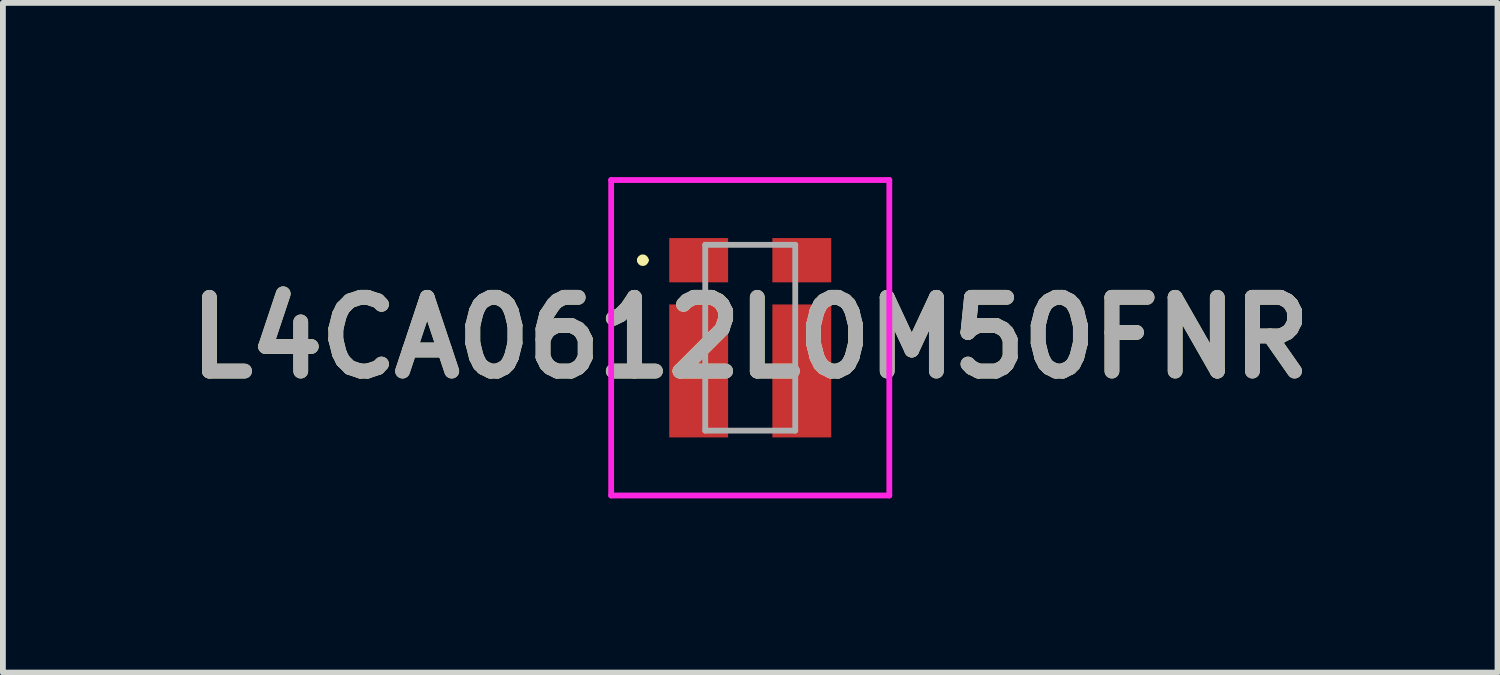
<source format=kicad_pcb>
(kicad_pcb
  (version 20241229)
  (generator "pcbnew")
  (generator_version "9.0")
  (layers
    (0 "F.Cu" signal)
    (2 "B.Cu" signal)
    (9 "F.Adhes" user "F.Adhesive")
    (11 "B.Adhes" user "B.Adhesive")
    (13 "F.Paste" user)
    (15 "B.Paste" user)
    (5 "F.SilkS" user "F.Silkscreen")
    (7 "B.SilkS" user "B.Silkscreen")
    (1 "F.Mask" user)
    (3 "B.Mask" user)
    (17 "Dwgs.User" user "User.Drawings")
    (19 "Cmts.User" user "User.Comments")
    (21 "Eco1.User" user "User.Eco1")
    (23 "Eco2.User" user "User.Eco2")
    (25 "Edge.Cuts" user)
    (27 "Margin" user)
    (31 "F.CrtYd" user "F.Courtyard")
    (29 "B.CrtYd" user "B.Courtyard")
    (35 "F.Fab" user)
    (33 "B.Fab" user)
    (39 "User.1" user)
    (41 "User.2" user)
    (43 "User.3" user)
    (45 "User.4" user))
  (footprint "L4CA0612L0M50FNR"
    (layer "F.Cu")
    (at 9.87 2.766)
    (property "Reference" "L4CA0612L0M50FNR" (at 0 0 0) (layer "F.SilkS") (effects (font (size 1.27 1.27) (thickness 0.254))))
    (attr smd)
    (fp_line (start -1.9 -1.335) (end -1.9 -1.335) (stroke (width 0.1) (type solid)) (layer "F.SilkS"))
    (fp_line (start -1.8 -1.335) (end -1.8 -1.335) (stroke (width 0.1) (type solid)) (layer "F.SilkS"))
    (fp_arc (start -1.9 -1.335) (mid -1.85 -1.385) (end -1.8 -1.335) (stroke (width 0.1) (type solid)) (layer "F.SilkS"))
    (fp_arc (start -1.8 -1.335) (mid -1.85 -1.285) (end -1.9 -1.335) (stroke (width 0.1) (type solid)) (layer "F.SilkS"))
    (fp_line (start -2.395 -2.716) (end 2.395 -2.716) (stroke (width 0.1) (type solid)) (layer "F.CrtYd"))
    (fp_line (start -2.395 2.717) (end -2.395 -2.716) (stroke (width 0.1) (type solid)) (layer "F.CrtYd"))
    (fp_line (start 2.395 -2.716) (end 2.395 2.717) (stroke (width 0.1) (type solid)) (layer "F.CrtYd"))
    (fp_line (start 2.395 2.717) (end -2.395 2.717) (stroke (width 0.1) (type solid)) (layer "F.CrtYd"))
    (fp_line (start -0.775 -1.6) (end 0.775 -1.6) (stroke (width 0.1) (type solid)) (layer "F.Fab"))
    (fp_line (start -0.775 1.6) (end -0.775 -1.6) (stroke (width 0.1) (type solid)) (layer "F.Fab"))
    (fp_line (start 0.775 -1.6) (end 0.775 1.6) (stroke (width 0.1) (type solid)) (layer "F.Fab"))
    (fp_line (start 0.775 1.6) (end -0.775 1.6) (stroke (width 0.1) (type solid)) (layer "F.Fab"))
    (fp_text user "${REFERENCE}" (at 0 0 0) (layer "F.Fab") (effects (font (size 1.27 1.27) (thickness 0.254))))
    (pad "1" smd rect (at -0.888 -1.335 90) (size 0.762 1.014) (layers "F.Cu" "F.Mask" "F.Paste"))
    (pad "2" smd rect (at -0.888 0.572) (size 1.014 2.29) (layers "F.Cu" "F.Mask" "F.Paste"))
    (pad "3" smd rect (at 0.888 0.572) (size 1.014 2.29) (layers "F.Cu" "F.Mask" "F.Paste"))
    (pad "4" smd rect (at 0.888 -1.335 90) (size 0.762 1.014) (layers "F.Cu" "F.Mask" "F.Paste")))
  (gr_rect
    (start -3 -3)
    (end 22.739 8.533)
    (stroke (width 0.1) (type default))
    (fill no)
    (layer "Edge.Cuts")))
</source>
